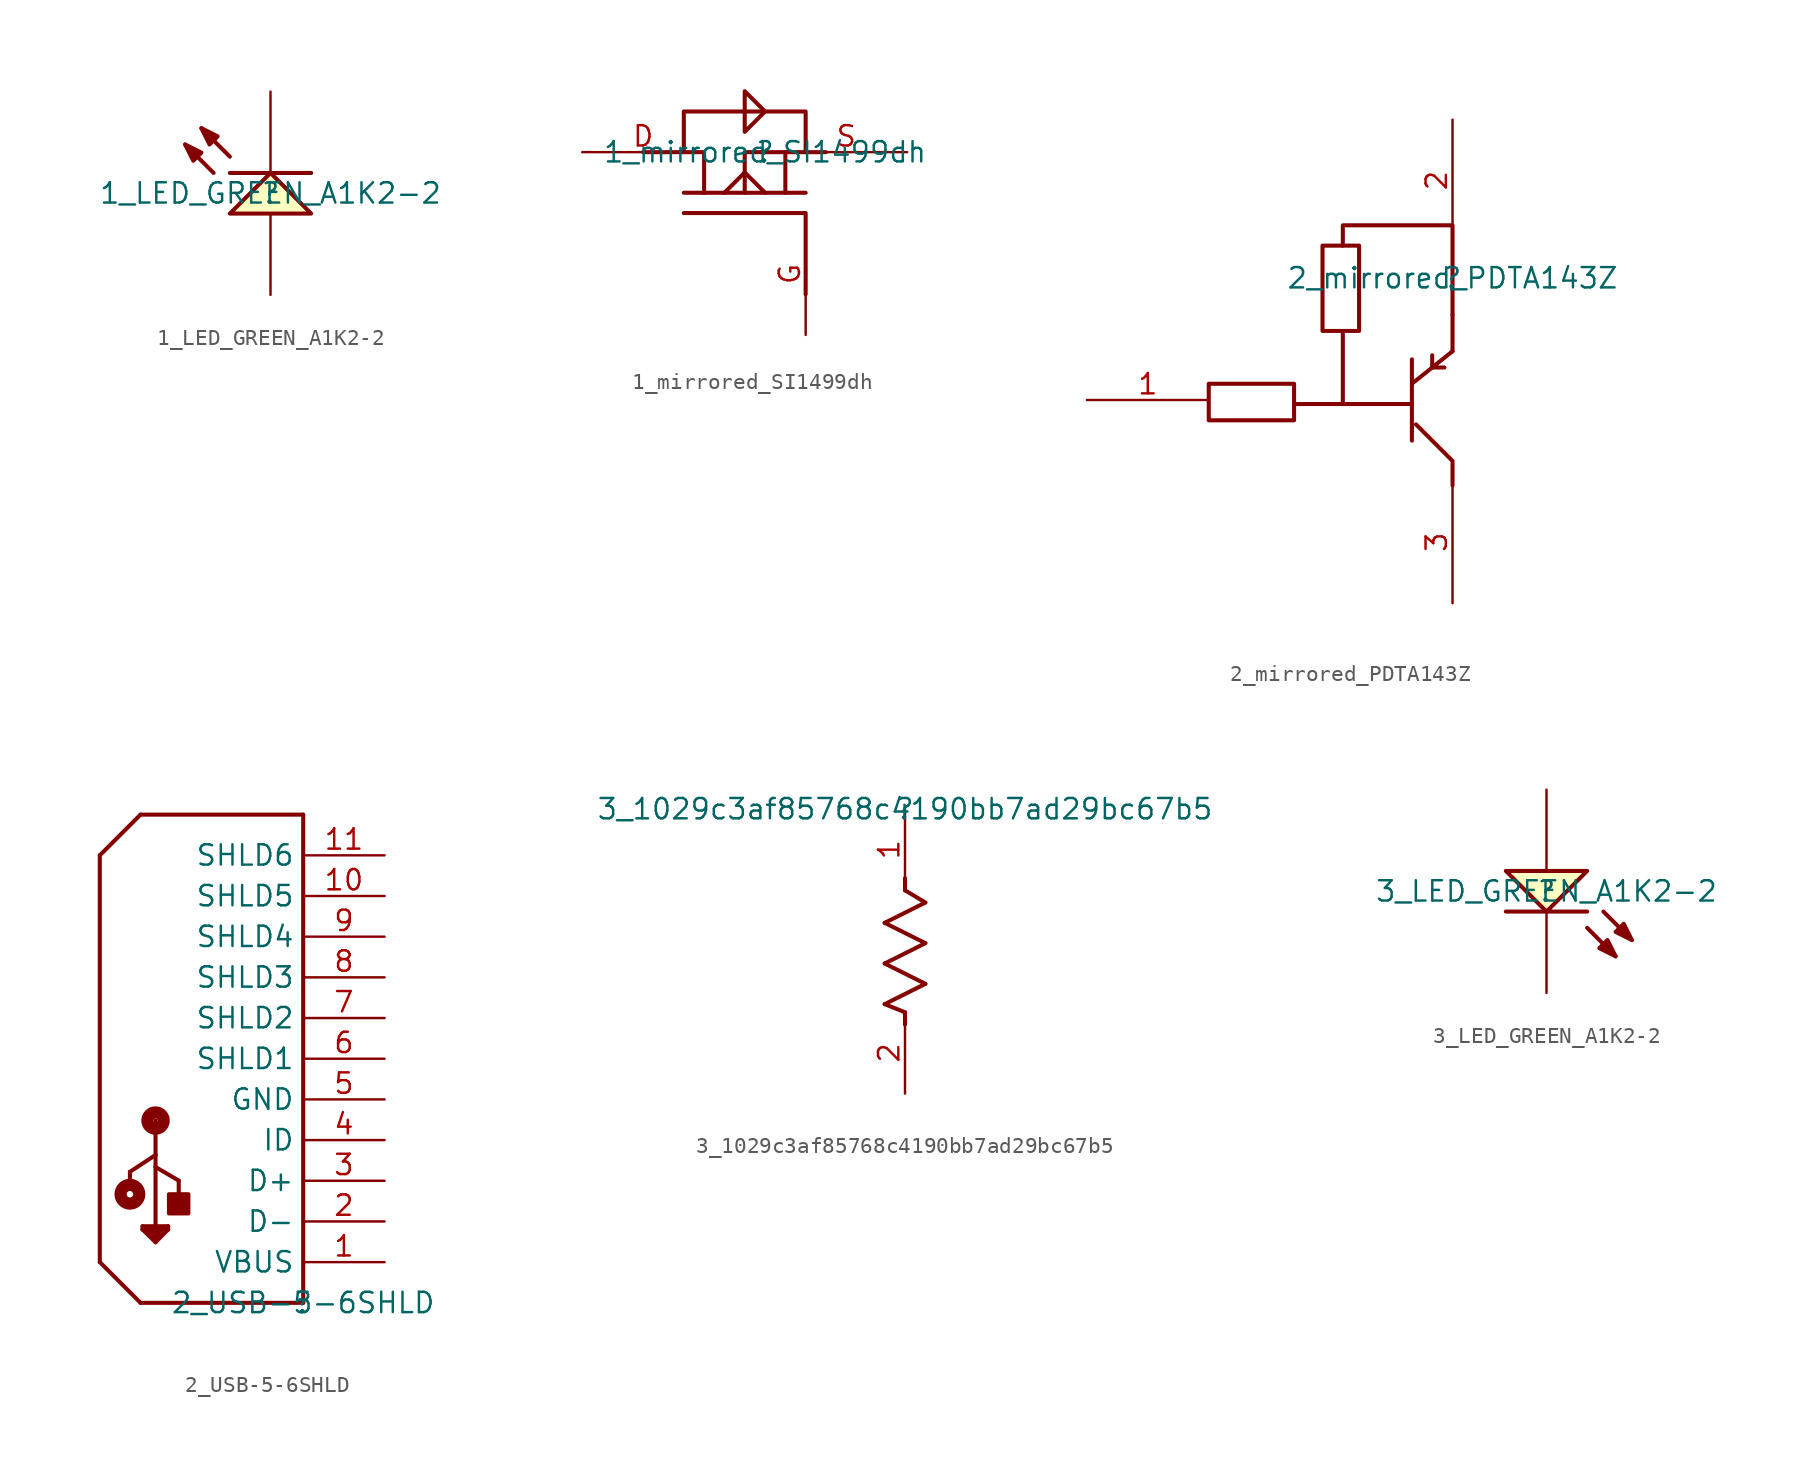
<source format=kicad_sym>
(kicad_symbol_lib
  (version 20211014)
  (generator kicad_symbol_editor)
  (symbol "1_LED_GREEN_A1K2-2"
    (property "Reference" ""
      (at 0 0 0)
      (effects (font (size 1.27 1.27))))
    (property "Value" "1_LED_GREEN_A1K2-2"
      (at 0 0 0)
      (effects (font (size 1.27 1.27))))
    (symbol "1_LED_GREEN_A1K2-2_1_0"
      (polyline (pts (xy -3.556 1.27) (xy -5.334 3.048)) (stroke (width 0.254) (type default) (color 0 0 0 0)) (fill (type none)))
      (polyline (pts (xy -2.54 1.27) (xy 2.54 1.27)) (stroke (width 0.254) (type default) (color 0 0 0 0)) (fill (type none)))
      (polyline (pts (xy -2.54 2.286) (xy -4.318 4.064)) (stroke (width 0.254) (type default) (color 0 0 0 0)) (fill (type none)))
      (polyline (pts (xy -5.334 3.048) (xy -4.826 2.032) (xy -4.318 2.54) (xy -5.334 3.048)) (stroke (width 0.254) (type default) (color 0 0 0 0)) (fill (type outline)))
      (polyline (pts (xy -4.318 4.064) (xy -3.81 3.048) (xy -3.302 3.556) (xy -4.318 4.064)) (stroke (width 0.254) (type default) (color 0 0 0 0)) (fill (type outline)))
      (polyline (pts (xy 2.54 -1.27) (xy 0 1.27) (xy -2.54 -1.27) (xy 2.54 -1.27)) (stroke (width 0.254) (type default) (color 0 0 0 0)) (fill (type background)))
      (pin passive line (at 0 -6.35 90) (length 5.08) (name "A" (effects (font (size 0 0)))) (number "1" (effects (font (size 0 0)))))
      (pin passive line (at 0 6.35 270) (length 5.08) (name "K" (effects (font (size 0 0)))) (number "2" (effects (font (size 0 0)))))))
  (symbol "1_mirrored_SI1499dh"
    (property "Reference" ""
      (at 0 0 0)
      (effects (font (size 1.27 1.27))))
    (property "Value" "1_mirrored_SI1499dh"
      (at 0 0 0)
      (effects (font (size 1.27 1.27))))
    (symbol "1_mirrored_SI1499dh_1_0"
      (polyline (pts (xy 2.54 -2.54) (xy -5.08 -2.54)) (stroke (width 0.254) (type default) (color 0 0 0 0)) (fill (type none)))
      (polyline (pts (xy -5.08 -3.81) (xy 2.54 -3.81) (xy 2.54 -8.89)) (stroke (width 0.254) (type default) (color 0 0 0 0)) (fill (type none)))
      (polyline (pts (xy -3.81 -2.54) (xy -3.81 0) (xy -7.62 0)) (stroke (width 0.254) (type default) (color 0 0 0 0)) (fill (type none)))
      (polyline (pts (xy -1.27 -2.54) (xy -1.27 0) (xy 1.27 0)) (stroke (width 0.254) (type default) (color 0 0 0 0)) (fill (type none)))
      (polyline (pts (xy 1.27 -2.54) (xy 1.27 0) (xy 3.81 0)) (stroke (width 0.254) (type default) (color 0 0 0 0)) (fill (type none)))
      (polyline (pts (xy -5.08 0) (xy -5.08 2.54) (xy 2.54 2.54) (xy 2.54 0)) (stroke (width 0.254) (type default) (color 0 0 0 0)) (fill (type none)))
      (polyline (pts (xy -1.27 -1.27) (xy 0 -2.54) (xy -1.27 -1.27) (xy -2.54 -2.54)) (stroke (width 0.254) (type default) (color 0 0 0 0)) (fill (type none)))
      (polyline (pts (xy 0 2.54) (xy -1.27 1.27) (xy -1.27 3.81) (xy 0 2.54)) (stroke (width 0.254) (type default) (color 0 0 0 0)) (fill (type none)))
      (pin passive line (at -11.43 0 0) (length 7.62) (name "D" (effects (font (size 0 0)))) (number "D" (effects (font (size 1.27 1.27)))))
      (pin passive line (at 2.54 -11.43 90) (length 7.62) (name "" (effects (font (size 0 0)))) (number "G" (effects (font (size 1.27 1.27)))))
      (pin passive line (at 8.89 0 180) (length 7.62) (name "S" (effects (font (size 0 0)))) (number "S" (effects (font (size 1.27 1.27)))))))
  (symbol "2_mirrored_PDTA143Z"
    (property "Reference" ""
      (at 0 0 0)
      (effects (font (size 1.27 1.27))))
    (property "Value" "2_mirrored_PDTA143Z"
      (at 0 0 0)
      (effects (font (size 1.27 1.27))))
    (symbol "2_mirrored_PDTA143Z_1_0"
      (polyline (pts (xy -9.906 -7.874) (xy -2.54 -7.874)) (stroke (width 0.254) (type default) (color 0 0 0 0)) (fill (type none)))
      (polyline (pts (xy -6.858 -7.874) (xy -6.858 -3.302)) (stroke (width 0.254) (type default) (color 0 0 0 0)) (fill (type none)))
      (polyline (pts (xy -2.54 -10.16) (xy -2.54 -5.08)) (stroke (width 0.254) (type default) (color 0 0 0 0)) (fill (type none)))
      (polyline (pts (xy -1.27 -5.588) (xy -1.27 -4.826)) (stroke (width 0.254) (type default) (color 0 0 0 0)) (fill (type none)))
      (polyline (pts (xy -1.27 -5.588) (xy -0.508 -5.588)) (stroke (width 0.254) (type default) (color 0 0 0 0)) (fill (type none)))
      (polyline (pts (xy 0 -4.572) (xy -2.54 -6.604)) (stroke (width 0.254) (type default) (color 0 0 0 0)) (fill (type none)))
      (polyline (pts (xy 0 -4.572) (xy 0 -2.286)) (stroke (width 0.254) (type default) (color 0 0 0 0)) (fill (type none)))
      (polyline (pts (xy -2.286 -9.144) (xy 0 -11.43) (xy 0 -12.954)) (stroke (width 0.254) (type default) (color 0 0 0 0)) (fill (type none)))
      (polyline (pts (xy -6.858 2.032) (xy -6.858 3.302) (xy 0 3.302) (xy 0 -2.286)) (stroke (width 0.254) (type default) (color 0 0 0 0)) (fill (type none)))
      (polyline (pts (xy -15.24 -8.89) (xy -15.24 -6.604) (xy -9.906 -6.604) (xy -9.906 -8.89) (xy -15.24 -8.89)) (stroke (width 0.254) (type default) (color 0 0 0 0)) (fill (type none)))
      (polyline (pts (xy -8.128 2.032) (xy -5.842 2.032) (xy -5.842 -3.302) (xy -8.128 -3.302) (xy -8.128 2.032)) (stroke (width 0.254) (type default) (color 0 0 0 0)) (fill (type none)))
      (pin passive line (at -22.86 -7.62 0) (length 7.62) (name "Base" (effects (font (size 0 0)))) (number "1" (effects (font (size 1.27 1.27)))))
      (pin passive line (at 0 9.906 270) (length 7.62) (name "Base" (effects (font (size 0 0)))) (number "2" (effects (font (size 1.27 1.27)))))
      (pin passive line (at 0 -20.32 90) (length 7.62) (name "Base" (effects (font (size 0 0)))) (number "3" (effects (font (size 1.27 1.27)))))))
  (symbol "2_USB-5-6SHLD"
    (property "Reference" ""
      (at 0 0 0)
      (effects (font (size 1.27 1.27))))
    (property "Value" "2_USB-5-6SHLD"
      (at 0 0 0)
      (effects (font (size 1.27 1.27))))
    (symbol "2_USB-5-6SHLD_1_0"
      (circle (center -10.82 6.78) (radius 0.203) (stroke (width 0.762) (type default) (color 0 0 0 0)) (fill (type none)))
      (circle (center -9.22 11.38) (radius 0.508) (stroke (width 0.762) (type default) (color 0 0 0 0)) (fill (type none)))
      (rectangle (start -7.17 6.78) (end -8.382 5.58) (stroke (width 0.254) (type default) (color 0 0 0 0)) (fill (type outline)))
      (polyline (pts (xy -12.7 27.94) (xy -12.7 2.54)) (stroke (width 0.254) (type default) (color 0 0 0 0)) (fill (type none)))
      (polyline (pts (xy -12.7 27.94) (xy -10.16 30.48)) (stroke (width 0.254) (type default) (color 0 0 0 0)) (fill (type none)))
      (polyline (pts (xy -10.82 8.18) (xy -10.82 7.18)) (stroke (width 0.254) (type default) (color 0 0 0 0)) (fill (type none)))
      (polyline (pts (xy -10.16 0) (xy -12.7 2.54)) (stroke (width 0.254) (type default) (color 0 0 0 0)) (fill (type none)))
      (polyline (pts (xy -10.16 0) (xy 0 0)) (stroke (width 0.254) (type default) (color 0 0 0 0)) (fill (type none)))
      (polyline (pts (xy -10.033 4.58) (xy -9.22 3.78)) (stroke (width 0.254) (type default) (color 0 0 0 0)) (fill (type none)))
      (polyline (pts (xy -10.033 4.58) (xy -8.636 4.58)) (stroke (width 0.254) (type default) (color 0 0 0 0)) (fill (type none)))
      (polyline (pts (xy -10.033 4.78) (xy -10.033 4.58)) (stroke (width 0.254) (type default) (color 0 0 0 0)) (fill (type none)))
      (polyline (pts (xy -9.626 4.38) (xy -8.839 4.38)) (stroke (width 0.254) (type default) (color 0 0 0 0)) (fill (type none)))
      (polyline (pts (xy -9.22 3.78) (xy -8.433 4.58)) (stroke (width 0.254) (type default) (color 0 0 0 0)) (fill (type none)))
      (polyline (pts (xy -9.22 3.98) (xy -9.626 4.38)) (stroke (width 0.254) (type default) (color 0 0 0 0)) (fill (type none)))
      (polyline (pts (xy -9.22 4.78) (xy -10.033 4.78)) (stroke (width 0.254) (type default) (color 0 0 0 0)) (fill (type none)))
      (polyline (pts (xy -9.22 4.78) (xy -9.22 8.48)) (stroke (width 0.254) (type default) (color 0 0 0 0)) (fill (type none)))
      (polyline (pts (xy -9.22 8.48) (xy -9.22 9.23)) (stroke (width 0.254) (type default) (color 0 0 0 0)) (fill (type none)))
      (polyline (pts (xy -9.22 8.48) (xy -7.772 7.63)) (stroke (width 0.254) (type default) (color 0 0 0 0)) (fill (type none)))
      (polyline (pts (xy -9.22 9.23) (xy -10.82 8.18)) (stroke (width 0.254) (type default) (color 0 0 0 0)) (fill (type none)))
      (polyline (pts (xy -9.22 9.23) (xy -9.22 11.38)) (stroke (width 0.254) (type default) (color 0 0 0 0)) (fill (type none)))
      (polyline (pts (xy -9.042 4.18) (xy -9.22 4.18)) (stroke (width 0.254) (type default) (color 0 0 0 0)) (fill (type none)))
      (polyline (pts (xy -8.839 4.38) (xy -9.042 4.18)) (stroke (width 0.254) (type default) (color 0 0 0 0)) (fill (type none)))
      (polyline (pts (xy -8.433 4.58) (xy -8.433 4.78)) (stroke (width 0.254) (type default) (color 0 0 0 0)) (fill (type none)))
      (polyline (pts (xy -8.433 4.78) (xy -9.22 4.78)) (stroke (width 0.254) (type default) (color 0 0 0 0)) (fill (type none)))
      (polyline (pts (xy -7.772 7.63) (xy -7.772 6.43)) (stroke (width 0.254) (type default) (color 0 0 0 0)) (fill (type none)))
      (polyline (pts (xy 0 0) (xy 0 30.48)) (stroke (width 0.254) (type default) (color 0 0 0 0)) (fill (type none)))
      (polyline (pts (xy 0 30.48) (xy -10.16 30.48)) (stroke (width 0.254) (type default) (color 0 0 0 0)) (fill (type none)))
      (pin passive line (at 5.08 2.54 180) (length 5.08) (name "VBUS" (effects (font (size 1.27 1.27)))) (number "1" (effects (font (size 1.27 1.27)))))
      (pin passive line (at 5.08 25.4 180) (length 5.08) (name "SHLD5" (effects (font (size 1.27 1.27)))) (number "10" (effects (font (size 1.27 1.27)))))
      (pin passive line (at 5.08 27.94 180) (length 5.08) (name "SHLD6" (effects (font (size 1.27 1.27)))) (number "11" (effects (font (size 1.27 1.27)))))
      (pin passive line (at 5.08 5.08 180) (length 5.08) (name "D-" (effects (font (size 1.27 1.27)))) (number "2" (effects (font (size 1.27 1.27)))))
      (pin passive line (at 5.08 7.62 180) (length 5.08) (name "D+" (effects (font (size 1.27 1.27)))) (number "3" (effects (font (size 1.27 1.27)))))
      (pin passive line (at 5.08 10.16 180) (length 5.08) (name "ID" (effects (font (size 1.27 1.27)))) (number "4" (effects (font (size 1.27 1.27)))))
      (pin passive line (at 5.08 12.7 180) (length 5.08) (name "GND" (effects (font (size 1.27 1.27)))) (number "5" (effects (font (size 1.27 1.27)))))
      (pin passive line (at 5.08 15.24 180) (length 5.08) (name "SHLD1" (effects (font (size 1.27 1.27)))) (number "6" (effects (font (size 1.27 1.27)))))
      (pin passive line (at 5.08 17.78 180) (length 5.08) (name "SHLD2" (effects (font (size 1.27 1.27)))) (number "7" (effects (font (size 1.27 1.27)))))
      (pin passive line (at 5.08 20.32 180) (length 5.08) (name "SHLD3" (effects (font (size 1.27 1.27)))) (number "8" (effects (font (size 1.27 1.27)))))
      (pin passive line (at 5.08 22.86 180) (length 5.08) (name "SHLD4" (effects (font (size 1.27 1.27)))) (number "9" (effects (font (size 1.27 1.27)))))))
  (symbol "3_1029c3af85768c4190bb7ad29bc67b5"
    (property "Reference" ""
      (at 0 0 0)
      (effects (font (size 1.27 1.27))))
    (property "Value" "3_1029c3af85768c4190bb7ad29bc67b5"
      (at 0 0 0)
      (effects (font (size 1.27 1.27))))
    (symbol "3_1029c3af85768c4190bb7ad29bc67b5_1_0"
      (polyline (pts (xy -1.27 -12.192) (xy 0 -12.7)) (stroke (width 0.254) (type default) (color 0 0 0 0)) (fill (type none)))
      (polyline (pts (xy -1.27 -9.652) (xy 1.27 -10.922)) (stroke (width 0.254) (type default) (color 0 0 0 0)) (fill (type none)))
      (polyline (pts (xy -1.27 -7.112) (xy 1.27 -8.382)) (stroke (width 0.254) (type default) (color 0 0 0 0)) (fill (type none)))
      (polyline (pts (xy 0 -12.7) (xy 0 -13.462)) (stroke (width 0.254) (type default) (color 0 0 0 0)) (fill (type none)))
      (polyline (pts (xy 0 -5.08) (xy 0 -4.318)) (stroke (width 0.254) (type default) (color 0 0 0 0)) (fill (type none)))
      (polyline (pts (xy 0 -5.08) (xy 1.27 -5.842)) (stroke (width 0.254) (type default) (color 0 0 0 0)) (fill (type none)))
      (polyline (pts (xy 1.27 -10.922) (xy -1.27 -12.192)) (stroke (width 0.254) (type default) (color 0 0 0 0)) (fill (type none)))
      (polyline (pts (xy 1.27 -8.382) (xy -1.27 -9.652)) (stroke (width 0.254) (type default) (color 0 0 0 0)) (fill (type none)))
      (polyline (pts (xy 1.27 -5.842) (xy -1.27 -7.112)) (stroke (width 0.254) (type default) (color 0 0 0 0)) (fill (type none)))
      (pin passive line (at 0 0 270) (length 5.08) (name "1" (effects (font (size 0 0)))) (number "1" (effects (font (size 1.27 1.27)))))
      (pin passive line (at 0 -17.78 90) (length 5.08) (name "2" (effects (font (size 0 0)))) (number "2" (effects (font (size 1.27 1.27)))))))
  (symbol "3_LED_GREEN_A1K2-2"
    (property "Reference" ""
      (at 0 0 0)
      (effects (font (size 1.27 1.27))))
    (property "Value" "3_LED_GREEN_A1K2-2"
      (at 0 0 0)
      (effects (font (size 1.27 1.27))))
    (symbol "3_LED_GREEN_A1K2-2_1_0"
      (polyline (pts (xy 2.54 -2.286) (xy 4.318 -4.064)) (stroke (width 0.254) (type default) (color 0 0 0 0)) (fill (type none)))
      (polyline (pts (xy 2.54 -1.27) (xy -2.54 -1.27)) (stroke (width 0.254) (type default) (color 0 0 0 0)) (fill (type none)))
      (polyline (pts (xy 3.556 -1.27) (xy 5.334 -3.048)) (stroke (width 0.254) (type default) (color 0 0 0 0)) (fill (type none)))
      (polyline (pts (xy -2.54 1.27) (xy 0 -1.27) (xy 2.54 1.27) (xy -2.54 1.27)) (stroke (width 0.254) (type default) (color 0 0 0 0)) (fill (type background)))
      (polyline (pts (xy 4.318 -4.064) (xy 3.81 -3.048) (xy 3.302 -3.556) (xy 4.318 -4.064)) (stroke (width 0.254) (type default) (color 0 0 0 0)) (fill (type outline)))
      (polyline (pts (xy 5.334 -3.048) (xy 4.826 -2.032) (xy 4.318 -2.54) (xy 5.334 -3.048)) (stroke (width 0.254) (type default) (color 0 0 0 0)) (fill (type outline)))
      (pin passive line (at 0 6.35 270) (length 5.08) (name "A" (effects (font (size 0 0)))) (number "1" (effects (font (size 0 0)))))
      (pin passive line (at 0 -6.35 90) (length 5.08) (name "K" (effects (font (size 0 0)))) (number "2" (effects (font (size 0 0))))))))
</source>
